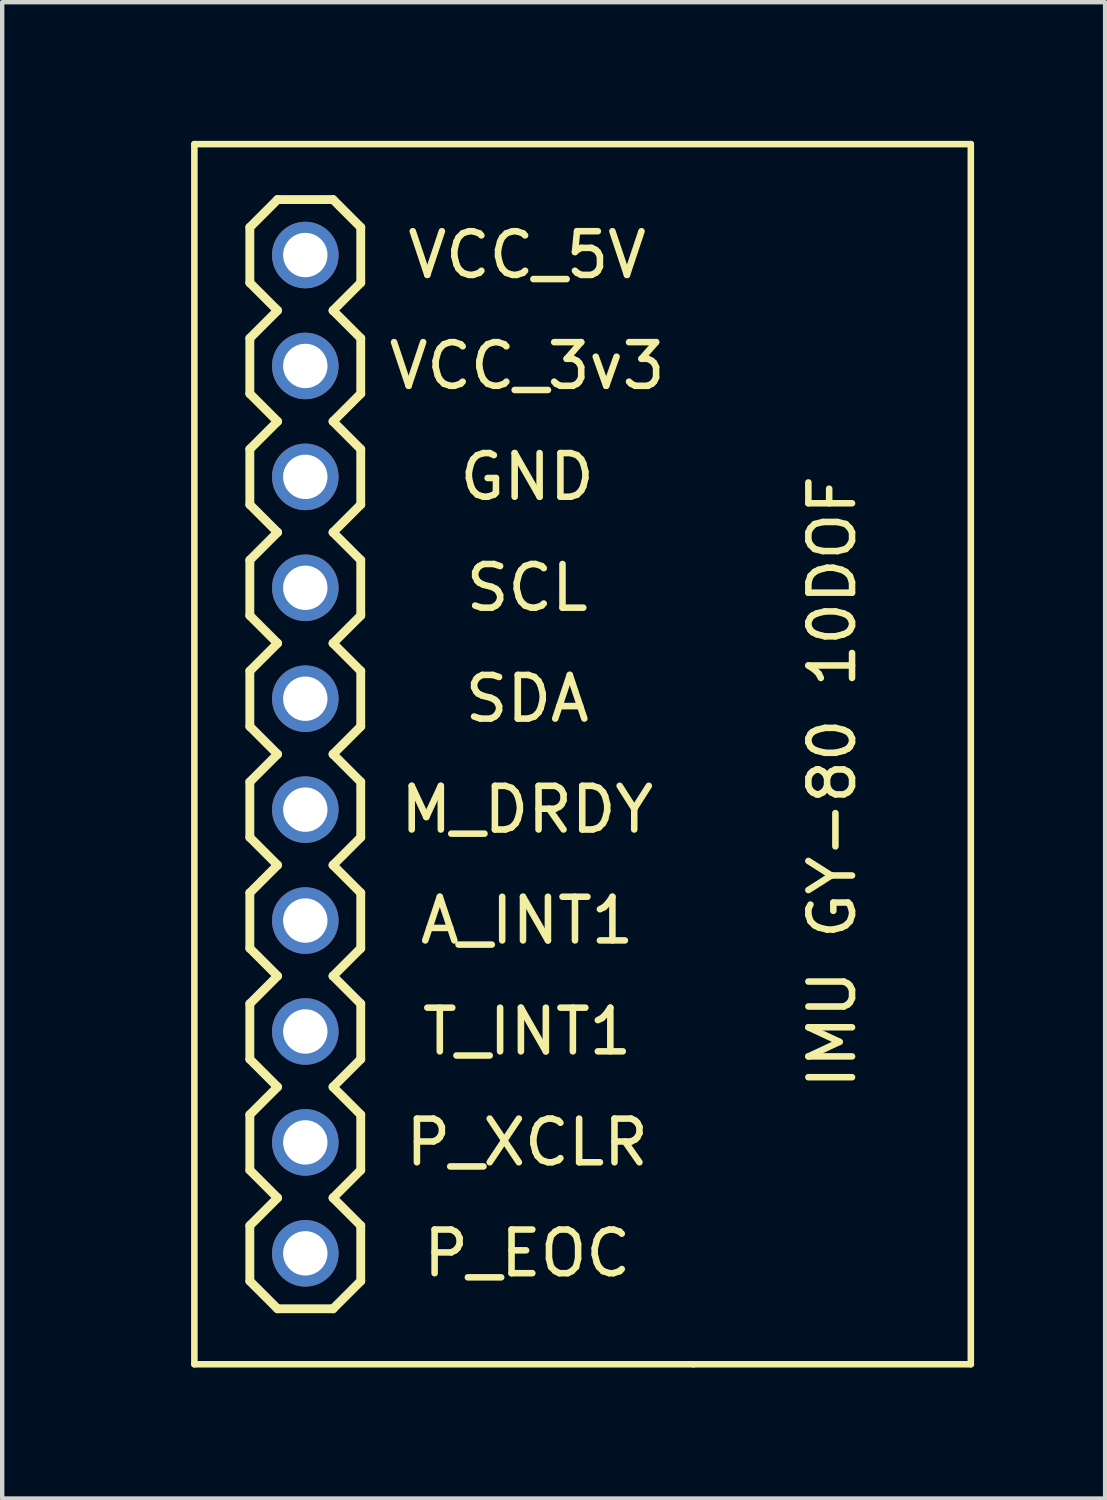
<source format=kicad_pcb>
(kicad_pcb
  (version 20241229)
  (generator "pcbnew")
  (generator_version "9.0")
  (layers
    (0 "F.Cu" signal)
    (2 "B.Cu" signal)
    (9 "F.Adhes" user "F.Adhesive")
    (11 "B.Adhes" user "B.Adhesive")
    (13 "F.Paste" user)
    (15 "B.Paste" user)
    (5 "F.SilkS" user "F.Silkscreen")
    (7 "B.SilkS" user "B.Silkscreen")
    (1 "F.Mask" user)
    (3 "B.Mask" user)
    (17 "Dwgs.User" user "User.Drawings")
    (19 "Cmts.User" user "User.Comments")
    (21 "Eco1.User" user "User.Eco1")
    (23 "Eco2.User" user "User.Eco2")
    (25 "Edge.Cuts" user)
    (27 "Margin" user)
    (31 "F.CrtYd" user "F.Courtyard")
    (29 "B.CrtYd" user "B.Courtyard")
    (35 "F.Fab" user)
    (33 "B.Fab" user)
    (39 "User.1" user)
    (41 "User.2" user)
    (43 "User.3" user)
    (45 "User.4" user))
  (footprint "IMU-GY-80-10DOF"
    (layer "F.Cu")
    (at 1.401 0.25)
    (property "Reference" "IMU-GY-80-10DOF" (at 3.175 0.635 180) (layer "Eco1.User") (effects (font (size 0.6 0.6) (thickness 0.1))))
    (attr through_hole)
    (fp_line (start 0 0) (end 0 27.94) (stroke (width 0.15) (type solid)) (layer "F.SilkS"))
    (fp_line (start 0 27.94) (end 11.43 27.94) (stroke (width 0.15) (type solid)) (layer "F.SilkS"))
    (fp_line (start 1.27 3.175) (end 1.27 1.905) (stroke (width 0.203) (type solid)) (layer "F.SilkS"))
    (fp_line (start 1.27 4.445) (end 1.905 3.81) (stroke (width 0.203) (type solid)) (layer "F.SilkS"))
    (fp_line (start 1.27 5.715) (end 1.27 4.445) (stroke (width 0.203) (type solid)) (layer "F.SilkS"))
    (fp_line (start 1.27 6.985) (end 1.905 6.35) (stroke (width 0.203) (type solid)) (layer "F.SilkS"))
    (fp_line (start 1.27 8.255) (end 1.27 6.985) (stroke (width 0.203) (type solid)) (layer "F.SilkS"))
    (fp_line (start 1.27 10.795) (end 1.27 9.525) (stroke (width 0.203) (type solid)) (layer "F.SilkS"))
    (fp_line (start 1.27 12.065) (end 1.905 11.43) (stroke (width 0.203) (type solid)) (layer "F.SilkS"))
    (fp_line (start 1.27 13.335) (end 1.27 12.065) (stroke (width 0.203) (type solid)) (layer "F.SilkS"))
    (fp_line (start 1.27 14.605) (end 1.905 13.97) (stroke (width 0.203) (type solid)) (layer "F.SilkS"))
    (fp_line (start 1.27 15.875) (end 1.27 14.605) (stroke (width 0.203) (type solid)) (layer "F.SilkS"))
    (fp_line (start 1.27 18.415) (end 1.27 17.145) (stroke (width 0.203) (type solid)) (layer "F.SilkS"))
    (fp_line (start 1.27 20.955) (end 1.27 19.685) (stroke (width 0.203) (type solid)) (layer "F.SilkS"))
    (fp_line (start 1.27 22.225) (end 1.905 21.59) (stroke (width 0.203) (type solid)) (layer "F.SilkS"))
    (fp_line (start 1.27 23.495) (end 1.27 22.225) (stroke (width 0.203) (type solid)) (layer "F.SilkS"))
    (fp_line (start 1.27 24.765) (end 1.905 24.13) (stroke (width 0.203) (type solid)) (layer "F.SilkS"))
    (fp_line (start 1.27 26.035) (end 1.27 24.765) (stroke (width 0.203) (type solid)) (layer "F.SilkS"))
    (fp_line (start 1.905 1.27) (end 1.27 1.905) (stroke (width 0.203) (type solid)) (layer "F.SilkS"))
    (fp_line (start 1.905 3.81) (end 1.27 3.175) (stroke (width 0.203) (type solid)) (layer "F.SilkS"))
    (fp_line (start 1.905 6.35) (end 1.27 5.715) (stroke (width 0.203) (type solid)) (layer "F.SilkS"))
    (fp_line (start 1.905 8.89) (end 1.27 8.255) (stroke (width 0.203) (type solid)) (layer "F.SilkS"))
    (fp_line (start 1.905 8.89) (end 1.27 9.525) (stroke (width 0.203) (type solid)) (layer "F.SilkS"))
    (fp_line (start 1.905 11.43) (end 1.27 10.795) (stroke (width 0.203) (type solid)) (layer "F.SilkS"))
    (fp_line (start 1.905 13.97) (end 1.27 13.335) (stroke (width 0.203) (type solid)) (layer "F.SilkS"))
    (fp_line (start 1.905 16.51) (end 1.27 15.875) (stroke (width 0.203) (type solid)) (layer "F.SilkS"))
    (fp_line (start 1.905 16.51) (end 1.27 17.145) (stroke (width 0.203) (type solid)) (layer "F.SilkS"))
    (fp_line (start 1.905 19.05) (end 1.27 18.415) (stroke (width 0.203) (type solid)) (layer "F.SilkS"))
    (fp_line (start 1.905 19.05) (end 1.27 19.685) (stroke (width 0.203) (type solid)) (layer "F.SilkS"))
    (fp_line (start 1.905 21.59) (end 1.27 20.955) (stroke (width 0.203) (type solid)) (layer "F.SilkS"))
    (fp_line (start 1.905 24.13) (end 1.27 23.495) (stroke (width 0.203) (type solid)) (layer "F.SilkS"))
    (fp_line (start 1.905 26.67) (end 1.27 26.035) (stroke (width 0.203) (type solid)) (layer "F.SilkS"))
    (fp_line (start 3.175 1.27) (end 1.905 1.27) (stroke (width 0.203) (type solid)) (layer "F.SilkS"))
    (fp_line (start 3.175 3.81) (end 3.81 4.445) (stroke (width 0.203) (type solid)) (layer "F.SilkS"))
    (fp_line (start 3.175 6.35) (end 3.81 6.985) (stroke (width 0.203) (type solid)) (layer "F.SilkS"))
    (fp_line (start 3.175 11.43) (end 3.81 12.065) (stroke (width 0.203) (type solid)) (layer "F.SilkS"))
    (fp_line (start 3.175 13.97) (end 3.81 14.605) (stroke (width 0.203) (type solid)) (layer "F.SilkS"))
    (fp_line (start 3.175 21.59) (end 3.81 22.225) (stroke (width 0.203) (type solid)) (layer "F.SilkS"))
    (fp_line (start 3.175 24.13) (end 3.81 24.765) (stroke (width 0.203) (type solid)) (layer "F.SilkS"))
    (fp_line (start 3.175 26.67) (end 1.905 26.67) (stroke (width 0.203) (type solid)) (layer "F.SilkS"))
    (fp_line (start 3.81 1.905) (end 3.175 1.27) (stroke (width 0.203) (type solid)) (layer "F.SilkS"))
    (fp_line (start 3.81 1.905) (end 3.81 3.175) (stroke (width 0.203) (type solid)) (layer "F.SilkS"))
    (fp_line (start 3.81 3.175) (end 3.175 3.81) (stroke (width 0.203) (type solid)) (layer "F.SilkS"))
    (fp_line (start 3.81 4.445) (end 3.81 5.715) (stroke (width 0.203) (type solid)) (layer "F.SilkS"))
    (fp_line (start 3.81 5.715) (end 3.175 6.35) (stroke (width 0.203) (type solid)) (layer "F.SilkS"))
    (fp_line (start 3.81 6.985) (end 3.81 8.255) (stroke (width 0.203) (type solid)) (layer "F.SilkS"))
    (fp_line (start 3.81 8.255) (end 3.175 8.89) (stroke (width 0.203) (type solid)) (layer "F.SilkS"))
    (fp_line (start 3.81 9.525) (end 3.175 8.89) (stroke (width 0.203) (type solid)) (layer "F.SilkS"))
    (fp_line (start 3.81 9.525) (end 3.81 10.795) (stroke (width 0.203) (type solid)) (layer "F.SilkS"))
    (fp_line (start 3.81 10.795) (end 3.175 11.43) (stroke (width 0.203) (type solid)) (layer "F.SilkS"))
    (fp_line (start 3.81 12.065) (end 3.81 13.335) (stroke (width 0.203) (type solid)) (layer "F.SilkS"))
    (fp_line (start 3.81 13.335) (end 3.175 13.97) (stroke (width 0.203) (type solid)) (layer "F.SilkS"))
    (fp_line (start 3.81 14.605) (end 3.81 15.875) (stroke (width 0.203) (type solid)) (layer "F.SilkS"))
    (fp_line (start 3.81 15.875) (end 3.175 16.51) (stroke (width 0.203) (type solid)) (layer "F.SilkS"))
    (fp_line (start 3.81 17.145) (end 3.175 16.51) (stroke (width 0.203) (type solid)) (layer "F.SilkS"))
    (fp_line (start 3.81 17.145) (end 3.81 18.415) (stroke (width 0.203) (type solid)) (layer "F.SilkS"))
    (fp_line (start 3.81 18.415) (end 3.175 19.05) (stroke (width 0.203) (type solid)) (layer "F.SilkS"))
    (fp_line (start 3.81 19.685) (end 3.175 19.05) (stroke (width 0.203) (type solid)) (layer "F.SilkS"))
    (fp_line (start 3.81 19.685) (end 3.81 20.955) (stroke (width 0.203) (type solid)) (layer "F.SilkS"))
    (fp_line (start 3.81 20.955) (end 3.175 21.59) (stroke (width 0.203) (type solid)) (layer "F.SilkS"))
    (fp_line (start 3.81 22.225) (end 3.81 23.495) (stroke (width 0.203) (type solid)) (layer "F.SilkS"))
    (fp_line (start 3.81 23.495) (end 3.175 24.13) (stroke (width 0.203) (type solid)) (layer "F.SilkS"))
    (fp_line (start 3.81 24.765) (end 3.81 26.035) (stroke (width 0.203) (type solid)) (layer "F.SilkS"))
    (fp_line (start 3.81 26.035) (end 3.175 26.67) (stroke (width 0.203) (type solid)) (layer "F.SilkS"))
    (fp_line (start 11.43 27.94) (end 17.78 27.94) (stroke (width 0.15) (type solid)) (layer "F.SilkS"))
    (fp_line (start 17.78 0) (end 0 0) (stroke (width 0.15) (type solid)) (layer "F.SilkS"))
    (fp_line (start 17.78 27.94) (end 17.78 0) (stroke (width 0.15) (type solid)) (layer "F.SilkS"))
    (fp_text user "A_INT1" (at 7.62 17.78 0) (layer "F.SilkS") (effects (font (size 1 1) (thickness 0.15))))
    (fp_text user "P_XCLR" (at 7.62 22.86 0) (layer "F.SilkS") (effects (font (size 1 1) (thickness 0.15))))
    (fp_text user "M_DRDY" (at 7.62 15.24 0) (layer "F.SilkS") (effects (font (size 1 1) (thickness 0.15))))
    (fp_text user "SDA" (at 7.62 12.7 0) (layer "F.SilkS") (effects (font (size 1 1) (thickness 0.15))))
    (fp_text user "GND" (at 7.62 7.62 0) (layer "F.SilkS") (effects (font (size 1 1) (thickness 0.15))))
    (fp_text user "SCL" (at 7.62 10.16 0) (layer "F.SilkS") (effects (font (size 1 1) (thickness 0.15))))
    (fp_text user "IMU GY-80 10DOF" (at 14.605 14.605 90) (layer "F.SilkS") (effects (font (size 1 1) (thickness 0.15))))
    (fp_text user "T_INT1" (at 7.62 20.32 0) (layer "F.SilkS") (effects (font (size 1 1) (thickness 0.15))))
    (fp_text user "VCC_5V" (at 7.62 2.54 0) (layer "F.SilkS") (effects (font (size 1 1) (thickness 0.15))))
    (fp_text user "VCC_3v3" (at 7.62 5.08 0) (layer "F.SilkS") (effects (font (size 1 1) (thickness 0.15))))
    (fp_text user "P_EOC" (at 7.62 25.4 0) (layer "F.SilkS") (effects (font (size 1 1) (thickness 0.15))))
    (pad "1" thru_hole oval (at 2.54 2.54) (size 1.524 1.524) (drill 1.016) (layers "*.Cu" "*.Mask"))
    (pad "2" thru_hole oval (at 2.54 5.08) (size 1.524 1.524) (drill 1.016) (layers "*.Cu" "*.Mask"))
    (pad "3" thru_hole oval (at 2.54 7.62) (size 1.524 1.524) (drill 1.016) (layers "*.Cu" "*.Mask"))
    (pad "4" thru_hole oval (at 2.54 10.16) (size 1.524 1.524) (drill 1.016) (layers "*.Cu" "*.Mask"))
    (pad "5" thru_hole oval (at 2.54 12.7) (size 1.524 1.524) (drill 1.016) (layers "*.Cu" "*.Mask"))
    (pad "6" thru_hole oval (at 2.54 15.24) (size 1.524 1.524) (drill 1.016) (layers "*.Cu" "*.Mask"))
    (pad "7" thru_hole oval (at 2.54 17.78) (size 1.524 1.524) (drill 1.016) (layers "*.Cu" "*.Mask"))
    (pad "8" thru_hole oval (at 2.54 20.32) (size 1.524 1.524) (drill 1.016) (layers "*.Cu" "*.Mask"))
    (pad "9" thru_hole oval (at 2.54 22.86) (size 1.524 1.524) (drill 1.016) (layers "*.Cu" "*.Mask"))
    (pad "10" thru_hole oval (at 2.54 25.4) (size 1.524 1.524) (drill 1.016) (layers "*.Cu" "*.Mask")))
  (gr_rect
    (start -3 -3)
    (end 22.256 31.265)
    (stroke (width 0.1) (type default))
    (fill no)
    (layer "Edge.Cuts")))
</source>
